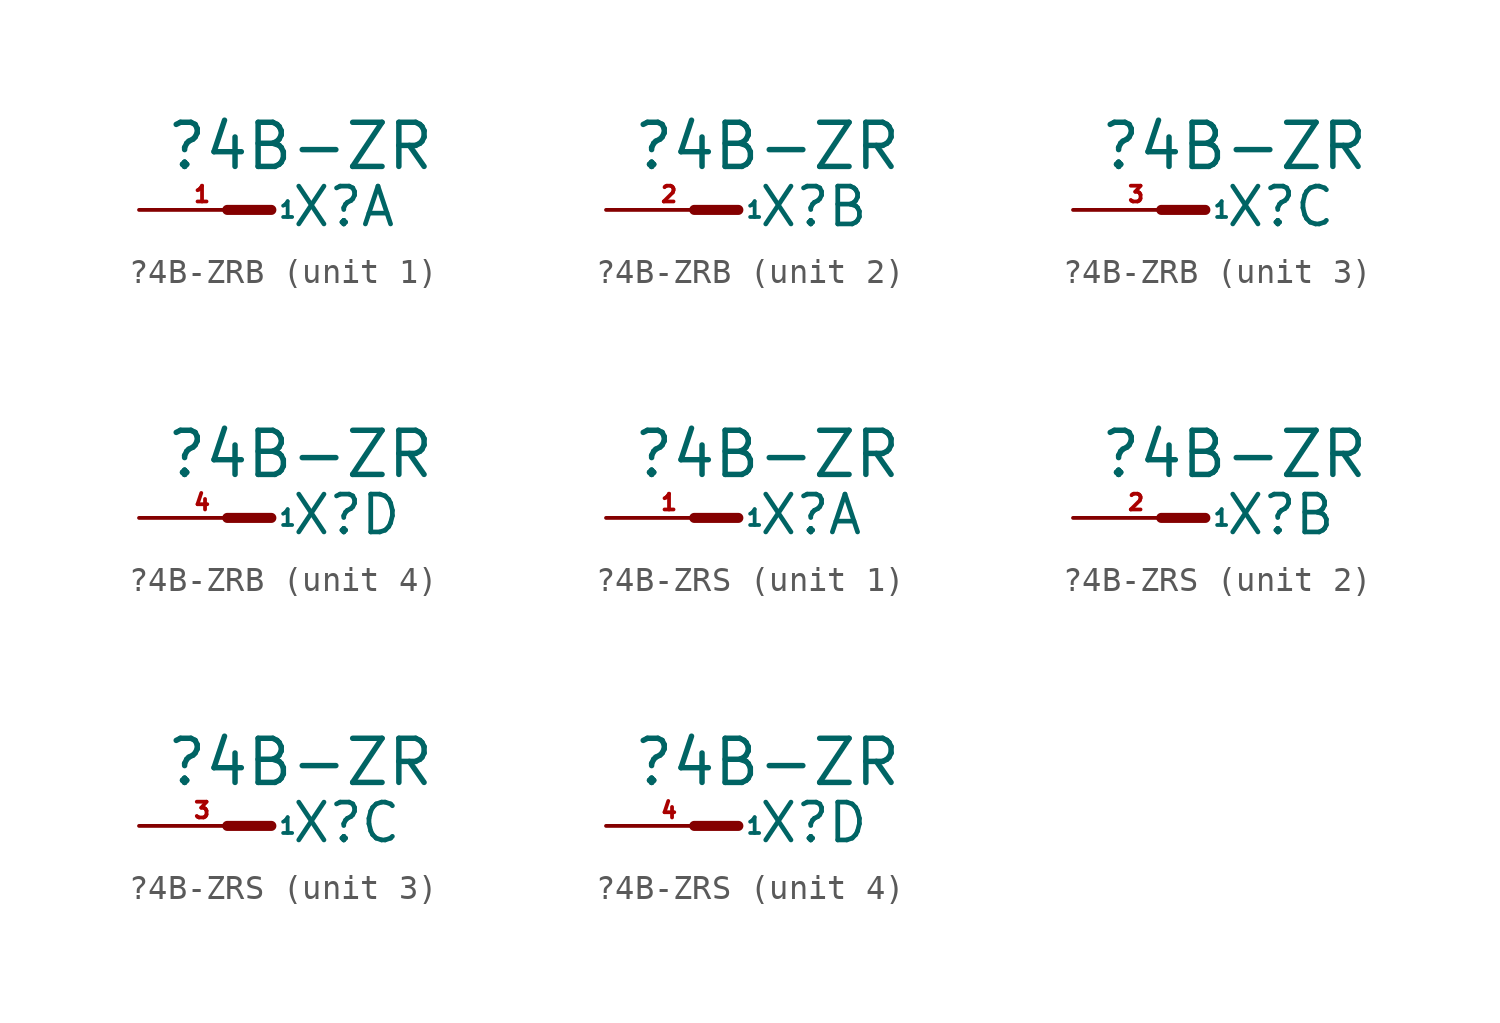
<source format=kicad_sym>
(kicad_symbol_lib
  (version 20220914)
  (generator Eagle2Kicad)
  (symbol "?4B-ZRB"
    (property "Reference" "X"
      (at 1.016 -0.762 0)
      (effects (font (size 1.524 1.524) (thickness 0.19)) (justify left bottom)))
    (property "Value" "?4B-ZR"
      (at -4.064 1.524 0)
      (effects (font (size 1.778 1.778) (thickness 0.22)) (justify left bottom)))
    (symbol "?4B-ZRB_1_0"
      (polyline (pts (xy 0.254 0) (xy -1.524 0)) (stroke (width 0.406) (type default)) (fill (type none)))
      (pin passive line (at -5.08 0 0) (length 5.08) (name "1" (effects (font (size 0.635 0.635) (thickness 0.08)) (justify left bottom))) (number "1" (effects (font (size 0.635 0.635) (thickness 0.08)) (justify left bottom)))))
    (symbol "?4B-ZRB_2_0"
      (polyline (pts (xy 0.254 0) (xy -1.524 0)) (stroke (width 0.406) (type default)) (fill (type none)))
      (pin passive line (at -5.08 0 0) (length 5.08) (name "1" (effects (font (size 0.635 0.635) (thickness 0.08)) (justify left bottom))) (number "2" (effects (font (size 0.635 0.635) (thickness 0.08)) (justify left bottom)))))
    (symbol "?4B-ZRB_3_0"
      (polyline (pts (xy 0.254 0) (xy -1.524 0)) (stroke (width 0.406) (type default)) (fill (type none)))
      (pin passive line (at -5.08 0 0) (length 5.08) (name "1" (effects (font (size 0.635 0.635) (thickness 0.08)) (justify left bottom))) (number "3" (effects (font (size 0.635 0.635) (thickness 0.08)) (justify left bottom)))))
    (symbol "?4B-ZRB_4_0"
      (polyline (pts (xy 0.254 0) (xy -1.524 0)) (stroke (width 0.406) (type default)) (fill (type none)))
      (pin passive line (at -5.08 0 0) (length 5.08) (name "1" (effects (font (size 0.635 0.635) (thickness 0.08)) (justify left bottom))) (number "4" (effects (font (size 0.635 0.635) (thickness 0.08)) (justify left bottom))))))
  (symbol "?4B-ZRS"
    (property "Reference" "X"
      (at 1.016 -0.762 0)
      (effects (font (size 1.524 1.524) (thickness 0.19)) (justify left bottom)))
    (property "Value" "?4B-ZR"
      (at -4.064 1.524 0)
      (effects (font (size 1.778 1.778) (thickness 0.22)) (justify left bottom)))
    (symbol "?4B-ZRS_1_0"
      (polyline (pts (xy 0.254 0) (xy -1.524 0)) (stroke (width 0.406) (type default)) (fill (type none)))
      (pin passive line (at -5.08 0 0) (length 5.08) (name "1" (effects (font (size 0.635 0.635) (thickness 0.08)) (justify left bottom))) (number "1" (effects (font (size 0.635 0.635) (thickness 0.08)) (justify left bottom)))))
    (symbol "?4B-ZRS_2_0"
      (polyline (pts (xy 0.254 0) (xy -1.524 0)) (stroke (width 0.406) (type default)) (fill (type none)))
      (pin passive line (at -5.08 0 0) (length 5.08) (name "1" (effects (font (size 0.635 0.635) (thickness 0.08)) (justify left bottom))) (number "2" (effects (font (size 0.635 0.635) (thickness 0.08)) (justify left bottom)))))
    (symbol "?4B-ZRS_3_0"
      (polyline (pts (xy 0.254 0) (xy -1.524 0)) (stroke (width 0.406) (type default)) (fill (type none)))
      (pin passive line (at -5.08 0 0) (length 5.08) (name "1" (effects (font (size 0.635 0.635) (thickness 0.08)) (justify left bottom))) (number "3" (effects (font (size 0.635 0.635) (thickness 0.08)) (justify left bottom)))))
    (symbol "?4B-ZRS_4_0"
      (polyline (pts (xy 0.254 0) (xy -1.524 0)) (stroke (width 0.406) (type default)) (fill (type none)))
      (pin passive line (at -5.08 0 0) (length 5.08) (name "1" (effects (font (size 0.635 0.635) (thickness 0.08)) (justify left bottom))) (number "4" (effects (font (size 0.635 0.635) (thickness 0.08)) (justify left bottom)))))))
</source>
